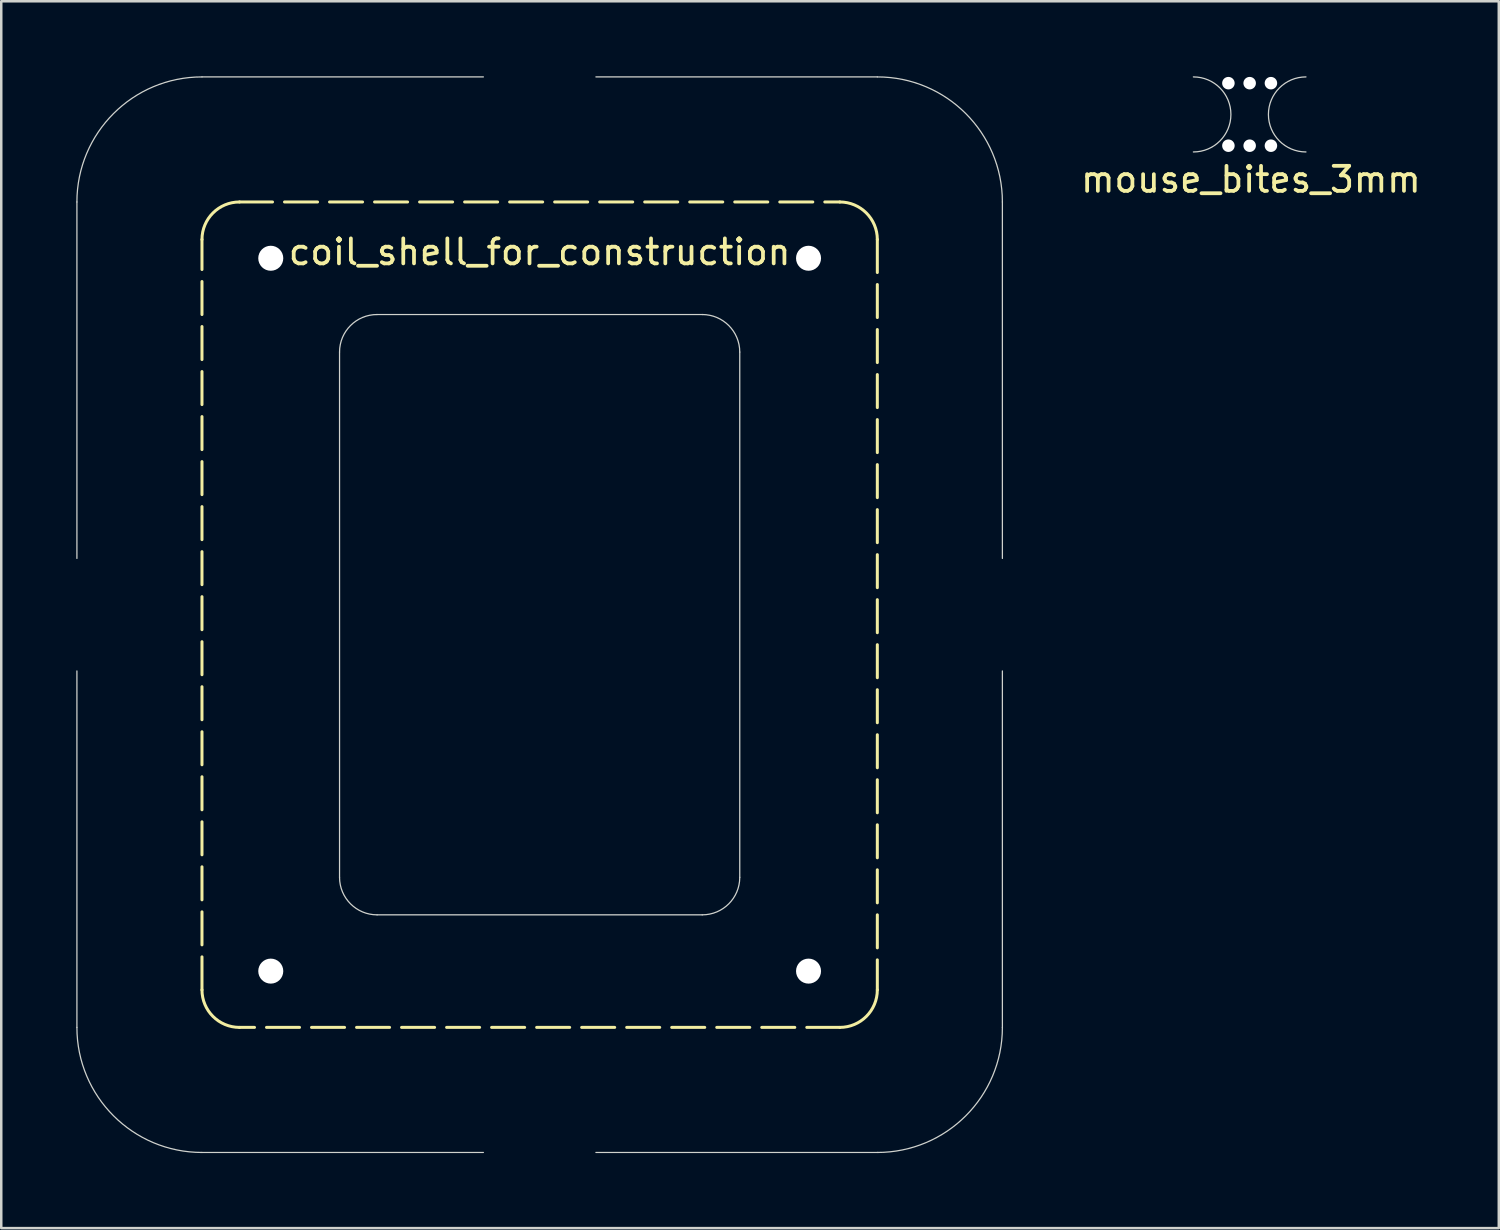
<source format=kicad_pcb>
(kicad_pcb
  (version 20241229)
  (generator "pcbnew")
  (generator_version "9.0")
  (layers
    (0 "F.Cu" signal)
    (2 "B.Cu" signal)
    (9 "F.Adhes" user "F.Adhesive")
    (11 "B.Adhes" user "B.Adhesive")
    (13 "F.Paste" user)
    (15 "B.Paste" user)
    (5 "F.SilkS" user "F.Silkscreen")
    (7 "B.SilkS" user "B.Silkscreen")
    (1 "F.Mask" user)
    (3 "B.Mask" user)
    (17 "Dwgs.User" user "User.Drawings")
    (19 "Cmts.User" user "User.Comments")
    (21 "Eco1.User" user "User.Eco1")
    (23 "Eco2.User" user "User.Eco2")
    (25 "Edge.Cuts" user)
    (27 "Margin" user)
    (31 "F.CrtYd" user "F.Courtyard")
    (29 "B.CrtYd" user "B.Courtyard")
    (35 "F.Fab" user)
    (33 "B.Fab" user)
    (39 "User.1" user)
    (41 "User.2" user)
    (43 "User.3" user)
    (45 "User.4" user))
  (footprint "mouse_bites_3mm"
    (layer "F.Cu")
    (at 46.911 3.025)
    (property "Reference" "mouse_bites_3mm" (at 0.05 1.1 0) (unlocked yes) (layer "F.SilkS") (effects (font (size 1 1) (thickness 0.15))))
    (attr board_only exclude_from_pos_files exclude_from_bom)
    (fp_arc (start -2.25 -3) (mid -0.75 -1.5) (end -2.25 0) (stroke (width 0.05) (type default)) (layer "Edge.Cuts"))
    (fp_arc (start 2.25 0) (mid 0.75 -1.5) (end 2.25 -3) (stroke (width 0.05) (type default)) (layer "Edge.Cuts"))
    (pad "" np_thru_hole circle (at -0.85 -2.75) (size 0.5 0.5) (drill 0.5) (layers "*.Cu" "*.Mask"))
    (pad "" np_thru_hole circle (at -0.85 -0.25) (size 0.5 0.5) (drill 0.5) (layers "*.Cu" "*.Mask"))
    (pad "" np_thru_hole circle (at 0 -2.75) (size 0.5 0.5) (drill 0.5) (layers "*.Cu" "*.Mask"))
    (pad "" np_thru_hole circle (at 0 -0.25) (size 0.5 0.5) (drill 0.5) (layers "*.Cu" "*.Mask"))
    (pad "" np_thru_hole circle (at 0.85 -2.75) (size 0.5 0.5) (drill 0.5) (layers "*.Cu" "*.Mask"))
    (pad "" np_thru_hole circle (at 0.85 -0.25) (size 0.5 0.5) (drill 0.5) (layers "*.Cu" "*.Mask")))
  (footprint "coil_shell_for_construction"
    (layer "F.Cu")
    (at 18.525 21.525)
    (property "Reference" "coil_shell_for_construction" (at 0 -14.5 0) (unlocked yes) (layer "F.SilkS") (effects (font (size 1 1) (thickness 0.15))))
    (attr smd)
    (fp_line (start -13.5 15) (end -13.5 -15) (stroke (width 0.12) (type dash)) (layer "F.SilkS"))
    (fp_line (start -12 -16.5) (end 12 -16.5) (stroke (width 0.12) (type dash)) (layer "F.SilkS"))
    (fp_line (start 12 16.5) (end -12 16.5) (stroke (width 0.12) (type dash)) (layer "F.SilkS"))
    (fp_line (start 13.5 -15) (end 13.5 15) (stroke (width 0.12) (type dash)) (layer "F.SilkS"))
    (fp_arc (start -13.5 -15) (mid -13.06066 -16.06066) (end -12 -16.5) (stroke (width 0.12) (type default)) (layer "F.SilkS"))
    (fp_arc (start -12 16.5) (mid -13.06066 16.06066) (end -13.5 15) (stroke (width 0.12) (type default)) (layer "F.SilkS"))
    (fp_arc (start 12 -16.5) (mid 13.06066 -16.06066) (end 13.5 -15) (stroke (width 0.12) (type default)) (layer "F.SilkS"))
    (fp_arc (start 13.5 15) (mid 13.06066 16.06066) (end 12 16.5) (stroke (width 0.12) (type default)) (layer "F.SilkS"))
    (fp_line (start -18.5 -2.25) (end -18.5 -16.5) (stroke (width 0.05) (type default)) (layer "Edge.Cuts"))
    (fp_line (start -18.5 16.5) (end -18.5 2.25) (stroke (width 0.05) (type default)) (layer "Edge.Cuts"))
    (fp_line (start -8 -10.5) (end -8 10.5) (stroke (width 0.05) (type default)) (layer "Edge.Cuts"))
    (fp_line (start -6.5 12) (end 6.5 12) (stroke (width 0.05) (type default)) (layer "Edge.Cuts"))
    (fp_line (start -2.25 -21.5) (end -13.5 -21.5) (stroke (width 0.05) (type default)) (layer "Edge.Cuts"))
    (fp_line (start -2.25 21.5) (end -13.5 21.5) (stroke (width 0.05) (type default)) (layer "Edge.Cuts"))
    (fp_line (start 2.25 -21.5) (end 13.5 -21.5) (stroke (width 0.05) (type default)) (layer "Edge.Cuts"))
    (fp_line (start 6.5 -12) (end -6.5 -12) (stroke (width 0.05) (type default)) (layer "Edge.Cuts"))
    (fp_line (start 8 10.5) (end 8 -10.5) (stroke (width 0.05) (type default)) (layer "Edge.Cuts"))
    (fp_line (start 13.5 21.5) (end 2.25 21.5) (stroke (width 0.05) (type default)) (layer "Edge.Cuts"))
    (fp_line (start 18.5 -16.5) (end 18.5 -2.25) (stroke (width 0.05) (type default)) (layer "Edge.Cuts"))
    (fp_line (start 18.5 2.25) (end 18.5 16.5) (stroke (width 0.05) (type default)) (layer "Edge.Cuts"))
    (fp_arc (start -18.5 -16.5) (mid -17.035534 -20.035534) (end -13.5 -21.5) (stroke (width 0.05) (type default)) (layer "Edge.Cuts"))
    (fp_arc (start -13.5 21.5) (mid -17.035534 20.035534) (end -18.5 16.5) (stroke (width 0.05) (type default)) (layer "Edge.Cuts"))
    (fp_arc (start -8 -10.5) (mid -7.56066 -11.56066) (end -6.5 -12) (stroke (width 0.05) (type default)) (layer "Edge.Cuts"))
    (fp_arc (start -6.5 12) (mid -7.56066 11.56066) (end -8 10.5) (stroke (width 0.05) (type default)) (layer "Edge.Cuts"))
    (fp_arc (start 6.5 -12) (mid 7.56066 -11.56066) (end 8 -10.5) (stroke (width 0.05) (type default)) (layer "Edge.Cuts"))
    (fp_arc (start 8 10.5) (mid 7.56066 11.56066) (end 6.5 12) (stroke (width 0.05) (type default)) (layer "Edge.Cuts"))
    (fp_arc (start 13.5 -21.5) (mid 17.035534 -20.035534) (end 18.5 -16.5) (stroke (width 0.05) (type default)) (layer "Edge.Cuts"))
    (fp_arc (start 18.5 16.5) (mid 17.035534 20.035534) (end 13.5 21.5) (stroke (width 0.05) (type default)) (layer "Edge.Cuts"))
    (pad "" np_thru_hole circle (at -10.75 -14.25) (size 1 1) (drill 1) (layers "*.Cu" "*.Mask"))
    (pad "" np_thru_hole circle (at -10.75 14.25) (size 1 1) (drill 1) (layers "*.Cu" "*.Mask"))
    (pad "" np_thru_hole circle (at 10.75 -14.25) (size 1 1) (drill 1) (layers "*.Cu" "*.Mask"))
    (pad "" np_thru_hole circle (at 10.75 14.25) (size 1 1) (drill 1) (layers "*.Cu" "*.Mask")))
  (gr_rect
    (start -3 -3)
    (end 56.871 46.05)
    (stroke (width 0.1) (type default))
    (fill no)
    (layer "Edge.Cuts")))
</source>
